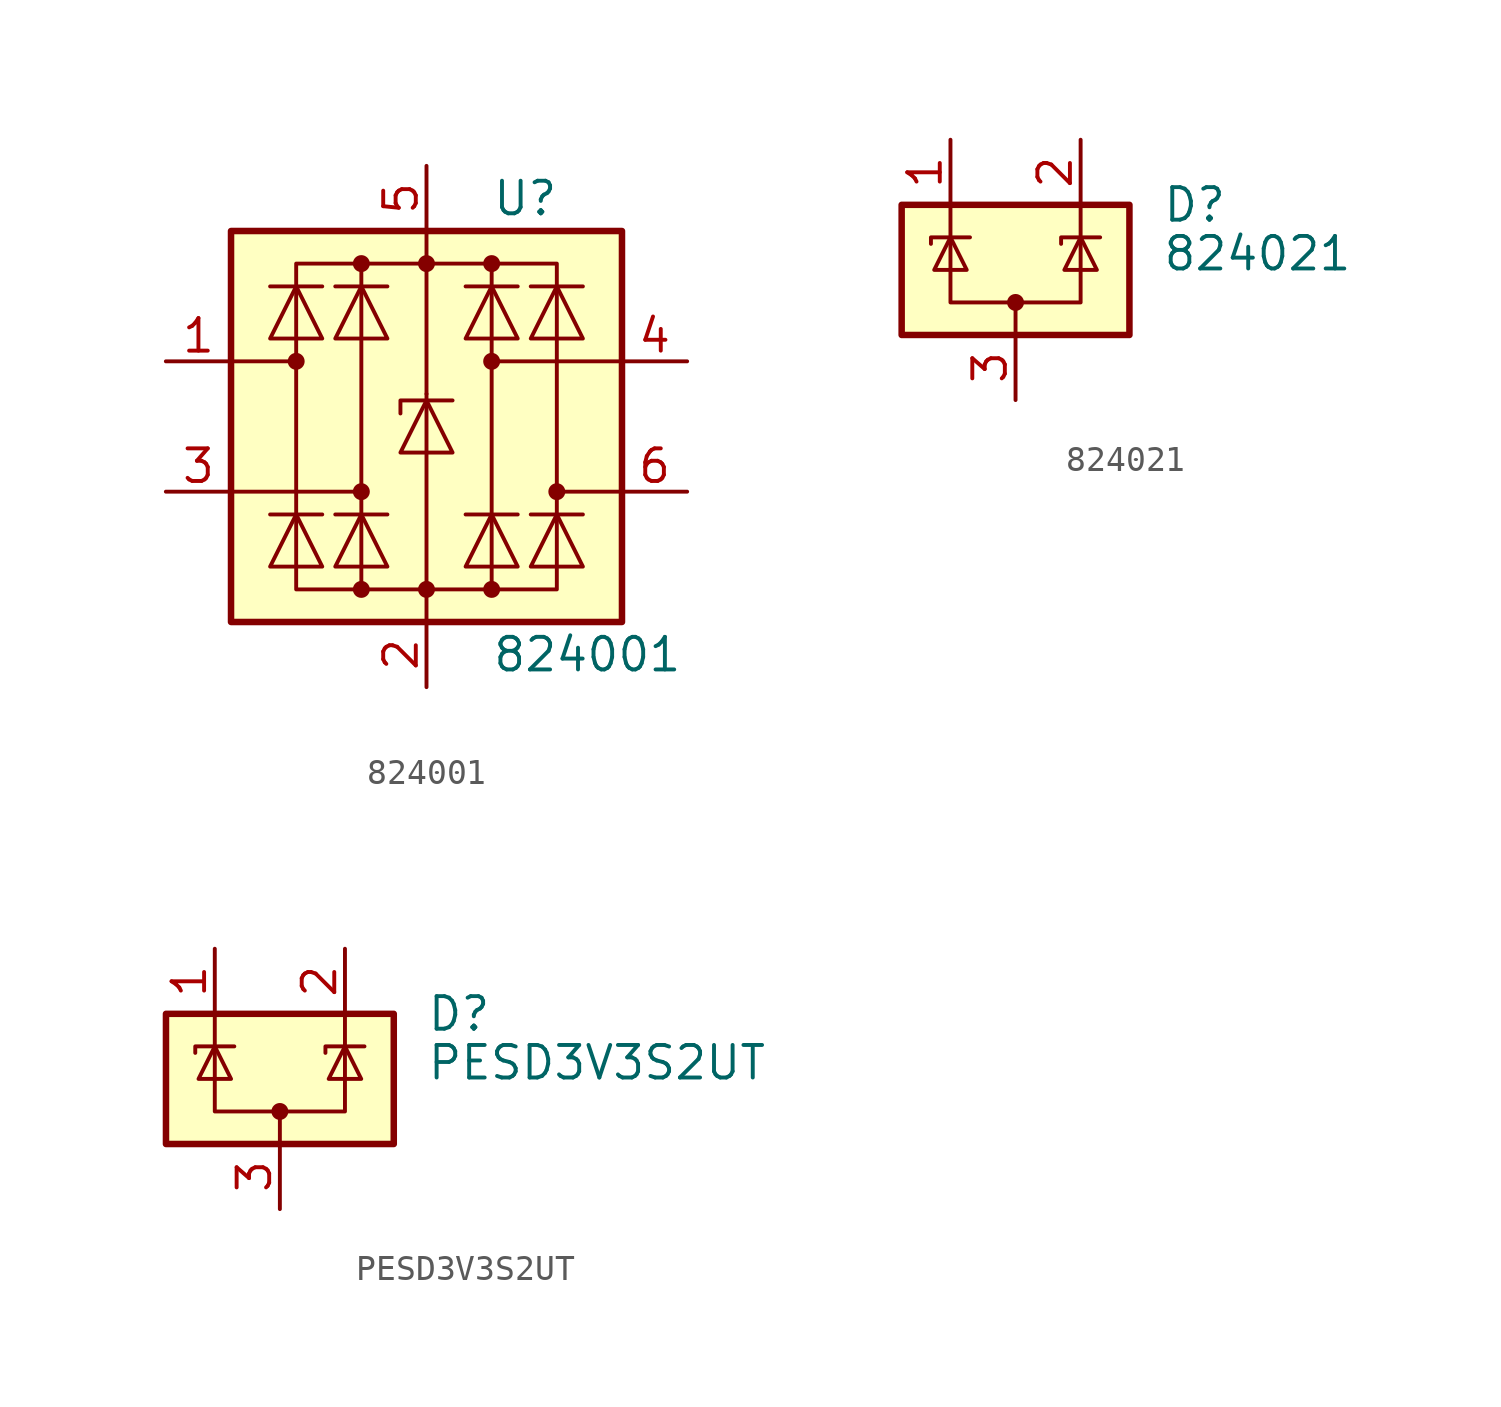
<source format=kicad_sym>
(kicad_symbol_lib
  (version 20220914)
  (generator kicad_symbol_editor)
  (symbol "824001"
    (pin_names hide)
    (property "Reference" "U"
      (at 2.54 8.89 0)
      (effects (font (size 1.27 1.27)) (justify left)))
    (property "Value" "824001"
      (at 2.54 -8.89 0)
      (effects (font (size 1.27 1.27)) (justify left)))
    (symbol "824001_0_1"
      (rectangle (start -7.62 -7.62) (end 7.62 7.62) (stroke (width 0.254) (type default)) (fill (type background)))
      (circle (center -5.08 2.54) (radius 0.254) (stroke (width 0) (type default)) (fill (type outline)))
      (circle (center -2.54 -6.35) (radius 0.254) (stroke (width 0) (type default)) (fill (type outline)))
      (circle (center -2.54 -2.54) (radius 0.254) (stroke (width 0) (type default)) (fill (type outline)))
      (circle (center -2.54 6.35) (radius 0.254) (stroke (width 0) (type default)) (fill (type outline)))
      (rectangle (start -2.54 6.35) (end 2.54 -6.35) (stroke (width 0) (type default)) (fill (type none)))
      (circle (center 0 -6.35) (radius 0.254) (stroke (width 0) (type default)) (fill (type outline)))
      (polyline (pts (xy -5.08 2.54) (xy -7.62 2.54)) (stroke (width 0) (type default)) (fill (type none)))
      (polyline (pts (xy -4.064 -3.429) (xy -6.096 -3.429)) (stroke (width 0) (type default)) (fill (type none)))
      (polyline (pts (xy -4.064 5.461) (xy -6.096 5.461)) (stroke (width 0) (type default)) (fill (type none)))
      (polyline (pts (xy -2.54 -2.54) (xy -7.62 -2.54)) (stroke (width 0) (type default)) (fill (type none)))
      (polyline (pts (xy -1.524 -3.429) (xy -3.556 -3.429)) (stroke (width 0) (type default)) (fill (type none)))
      (polyline (pts (xy -1.524 5.461) (xy -3.556 5.461)) (stroke (width 0) (type default)) (fill (type none)))
      (polyline (pts (xy 0 -7.62) (xy 0 -6.35)) (stroke (width 0) (type default)) (fill (type none)))
      (polyline (pts (xy 0 -6.35) (xy 0 1.27)) (stroke (width 0) (type default)) (fill (type none)))
      (polyline (pts (xy 0 1.27) (xy 0 6.35)) (stroke (width 0) (type default)) (fill (type none)))
      (polyline (pts (xy 0 6.35) (xy 0 7.62)) (stroke (width 0) (type default)) (fill (type none)))
      (polyline (pts (xy 1.524 -3.429) (xy 3.556 -3.429)) (stroke (width 0) (type default)) (fill (type none)))
      (polyline (pts (xy 1.524 5.461) (xy 3.556 5.461)) (stroke (width 0) (type default)) (fill (type none)))
      (polyline (pts (xy 2.54 2.54) (xy 7.62 2.54)) (stroke (width 0) (type default)) (fill (type none)))
      (polyline (pts (xy 4.064 -3.429) (xy 6.096 -3.429)) (stroke (width 0) (type default)) (fill (type none)))
      (polyline (pts (xy 4.064 5.461) (xy 6.096 5.461)) (stroke (width 0) (type default)) (fill (type none)))
      (polyline (pts (xy 5.08 -2.54) (xy 7.62 -2.54)) (stroke (width 0) (type default)) (fill (type none)))
      (polyline (pts (xy -6.096 -5.461) (xy -4.064 -5.461) (xy -5.08 -3.429) (xy -6.096 -5.461)) (stroke (width 0) (type default)) (fill (type none)))
      (polyline (pts (xy -6.096 3.429) (xy -4.064 3.429) (xy -5.08 5.461) (xy -6.096 3.429)) (stroke (width 0) (type default)) (fill (type none)))
      (polyline (pts (xy -3.556 -5.461) (xy -1.524 -5.461) (xy -2.54 -3.429) (xy -3.556 -5.461)) (stroke (width 0) (type default)) (fill (type none)))
      (polyline (pts (xy -3.556 3.429) (xy -1.524 3.429) (xy -2.54 5.461) (xy -3.556 3.429)) (stroke (width 0) (type default)) (fill (type none)))
      (polyline (pts (xy -2.54 6.35) (xy -5.08 6.35) (xy -5.08 -6.35) (xy -2.54 -6.35)) (stroke (width 0) (type default)) (fill (type none)))
      (polyline (pts (xy -1.016 -1.016) (xy 1.016 -1.016) (xy 0 1.016) (xy -1.016 -1.016)) (stroke (width 0) (type default)) (fill (type none)))
      (polyline (pts (xy 1.016 1.016) (xy 0.762 1.016) (xy -1.016 1.016) (xy -1.016 0.508)) (stroke (width 0) (type default)) (fill (type none)))
      (polyline (pts (xy 2.54 6.35) (xy 5.08 6.35) (xy 5.08 -6.35) (xy 2.54 -6.35)) (stroke (width 0) (type default)) (fill (type none)))
      (polyline (pts (xy 3.556 -5.461) (xy 1.524 -5.461) (xy 2.54 -3.429) (xy 3.556 -5.461)) (stroke (width 0) (type default)) (fill (type none)))
      (polyline (pts (xy 3.556 3.429) (xy 1.524 3.429) (xy 2.54 5.461) (xy 3.556 3.429)) (stroke (width 0) (type default)) (fill (type none)))
      (polyline (pts (xy 6.096 -5.461) (xy 4.064 -5.461) (xy 5.08 -3.429) (xy 6.096 -5.461)) (stroke (width 0) (type default)) (fill (type none)))
      (polyline (pts (xy 6.096 3.429) (xy 4.064 3.429) (xy 5.08 5.461) (xy 6.096 3.429)) (stroke (width 0) (type default)) (fill (type none)))
      (circle (center 0 6.35) (radius 0.254) (stroke (width 0) (type default)) (fill (type outline)))
      (circle (center 2.54 -6.35) (radius 0.254) (stroke (width 0) (type default)) (fill (type outline)))
      (circle (center 2.54 2.54) (radius 0.254) (stroke (width 0) (type default)) (fill (type outline)))
      (circle (center 2.54 6.35) (radius 0.254) (stroke (width 0) (type default)) (fill (type outline)))
      (circle (center 5.08 -2.54) (radius 0.254) (stroke (width 0) (type default)) (fill (type outline))))
    (symbol "824001_1_1"
      (pin passive line (at -10.16 2.54 0) (length 2.54) (name "I/O1" (effects (font (size 1.27 1.27)))) (number "1" (effects (font (size 1.27 1.27)))))
      (pin passive line (at 0 -10.16 90) (length 2.54) (name "GND" (effects (font (size 1.27 1.27)))) (number "2" (effects (font (size 1.27 1.27)))))
      (pin passive line (at -10.16 -2.54 0) (length 2.54) (name "I/O2" (effects (font (size 1.27 1.27)))) (number "3" (effects (font (size 1.27 1.27)))))
      (pin passive line (at 10.16 2.54 180) (length 2.54) (name "I/O3" (effects (font (size 1.27 1.27)))) (number "4" (effects (font (size 1.27 1.27)))))
      (pin passive line (at 0 10.16 270) (length 2.54) (name "VBUS" (effects (font (size 1.27 1.27)))) (number "5" (effects (font (size 1.27 1.27)))))
      (pin passive line (at 10.16 -2.54 180) (length 2.54) (name "I/O4" (effects (font (size 1.27 1.27)))) (number "6" (effects (font (size 1.27 1.27)))))))
  (symbol "824021"
    (pin_names hide)
    (property "Reference" "D"
      (at 5.715 2.54 0)
      (effects (font (size 1.27 1.27)) (justify left)))
    (property "Value" "824021"
      (at 5.715 0.635 0)
      (effects (font (size 1.27 1.27)) (justify left)))
    (symbol "824021_0_0"
      (pin passive line (at 0 -5.08 90) (length 2.54) (name "A" (effects (font (size 1.27 1.27)))) (number "3" (effects (font (size 1.27 1.27))))))
    (symbol "824021_0_1"
      (rectangle (start -4.445 2.54) (end 4.445 -2.54) (stroke (width 0.254) (type default)) (fill (type background)))
      (circle (center 0 -1.27) (radius 0.254) (stroke (width 0) (type default)) (fill (type outline)))
      (polyline (pts (xy -2.54 2.54) (xy -2.54 1.27)) (stroke (width 0) (type default)) (fill (type none)))
      (polyline (pts (xy 0 -1.27) (xy 0 -2.54)) (stroke (width 0) (type default)) (fill (type none)))
      (polyline (pts (xy 2.54 2.54) (xy 2.54 1.27)) (stroke (width 0) (type default)) (fill (type none)))
      (polyline (pts (xy -3.302 1.016) (xy -3.302 1.27) (xy -1.905 1.27) (xy -1.778 1.27)) (stroke (width 0) (type default)) (fill (type none)))
      (polyline (pts (xy -2.54 1.27) (xy -2.54 -1.27) (xy 2.54 -1.27) (xy 2.54 1.27)) (stroke (width 0) (type default)) (fill (type none)))
      (polyline (pts (xy -2.54 1.27) (xy -1.905 0) (xy -3.175 0) (xy -2.54 1.27)) (stroke (width 0) (type default)) (fill (type none)))
      (polyline (pts (xy 1.778 1.016) (xy 1.778 1.27) (xy 3.175 1.27) (xy 3.302 1.27)) (stroke (width 0) (type default)) (fill (type none)))
      (polyline (pts (xy 2.54 1.27) (xy 1.905 0) (xy 3.175 0) (xy 2.54 1.27)) (stroke (width 0) (type default)) (fill (type none))))
    (symbol "824021_1_1"
      (pin passive line (at -2.54 5.08 270) (length 2.54) (name "K" (effects (font (size 1.27 1.27)))) (number "1" (effects (font (size 1.27 1.27)))))
      (pin passive line (at 2.54 5.08 270) (length 2.54) (name "K" (effects (font (size 1.27 1.27)))) (number "2" (effects (font (size 1.27 1.27)))))))
  (symbol "PESD3V3S2UT"
    (pin_names hide)
    (property "Reference" "D"
      (at 5.715 2.54 0)
      (effects (font (size 1.27 1.27)) (justify left)))
    (property "Value" "PESD3V3S2UT"
      (at 5.715 0.635 0)
      (effects (font (size 1.27 1.27)) (justify left)))
    (symbol "PESD3V3S2UT_0_0"
      (pin passive line (at 0 -5.08 90) (length 2.54) (name "A" (effects (font (size 1.27 1.27)))) (number "3" (effects (font (size 1.27 1.27))))))
    (symbol "PESD3V3S2UT_0_1"
      (rectangle (start -4.445 2.54) (end 4.445 -2.54) (stroke (width 0.254) (type default)) (fill (type background)))
      (circle (center 0 -1.27) (radius 0.254) (stroke (width 0) (type default)) (fill (type outline)))
      (polyline (pts (xy -2.54 2.54) (xy -2.54 1.27)) (stroke (width 0) (type default)) (fill (type none)))
      (polyline (pts (xy 0 -1.27) (xy 0 -2.54)) (stroke (width 0) (type default)) (fill (type none)))
      (polyline (pts (xy 2.54 2.54) (xy 2.54 1.27)) (stroke (width 0) (type default)) (fill (type none)))
      (polyline (pts (xy -3.302 1.016) (xy -3.302 1.27) (xy -1.905 1.27) (xy -1.778 1.27)) (stroke (width 0) (type default)) (fill (type none)))
      (polyline (pts (xy -2.54 1.27) (xy -2.54 -1.27) (xy 2.54 -1.27) (xy 2.54 1.27)) (stroke (width 0) (type default)) (fill (type none)))
      (polyline (pts (xy -2.54 1.27) (xy -1.905 0) (xy -3.175 0) (xy -2.54 1.27)) (stroke (width 0) (type default)) (fill (type none)))
      (polyline (pts (xy 1.778 1.016) (xy 1.778 1.27) (xy 3.175 1.27) (xy 3.302 1.27)) (stroke (width 0) (type default)) (fill (type none)))
      (polyline (pts (xy 2.54 1.27) (xy 1.905 0) (xy 3.175 0) (xy 2.54 1.27)) (stroke (width 0) (type default)) (fill (type none))))
    (symbol "PESD3V3S2UT_1_1"
      (pin passive line (at -2.54 5.08 270) (length 2.54) (name "K" (effects (font (size 1.27 1.27)))) (number "1" (effects (font (size 1.27 1.27)))))
      (pin passive line (at 2.54 5.08 270) (length 2.54) (name "K" (effects (font (size 1.27 1.27)))) (number "2" (effects (font (size 1.27 1.27))))))))
</source>
